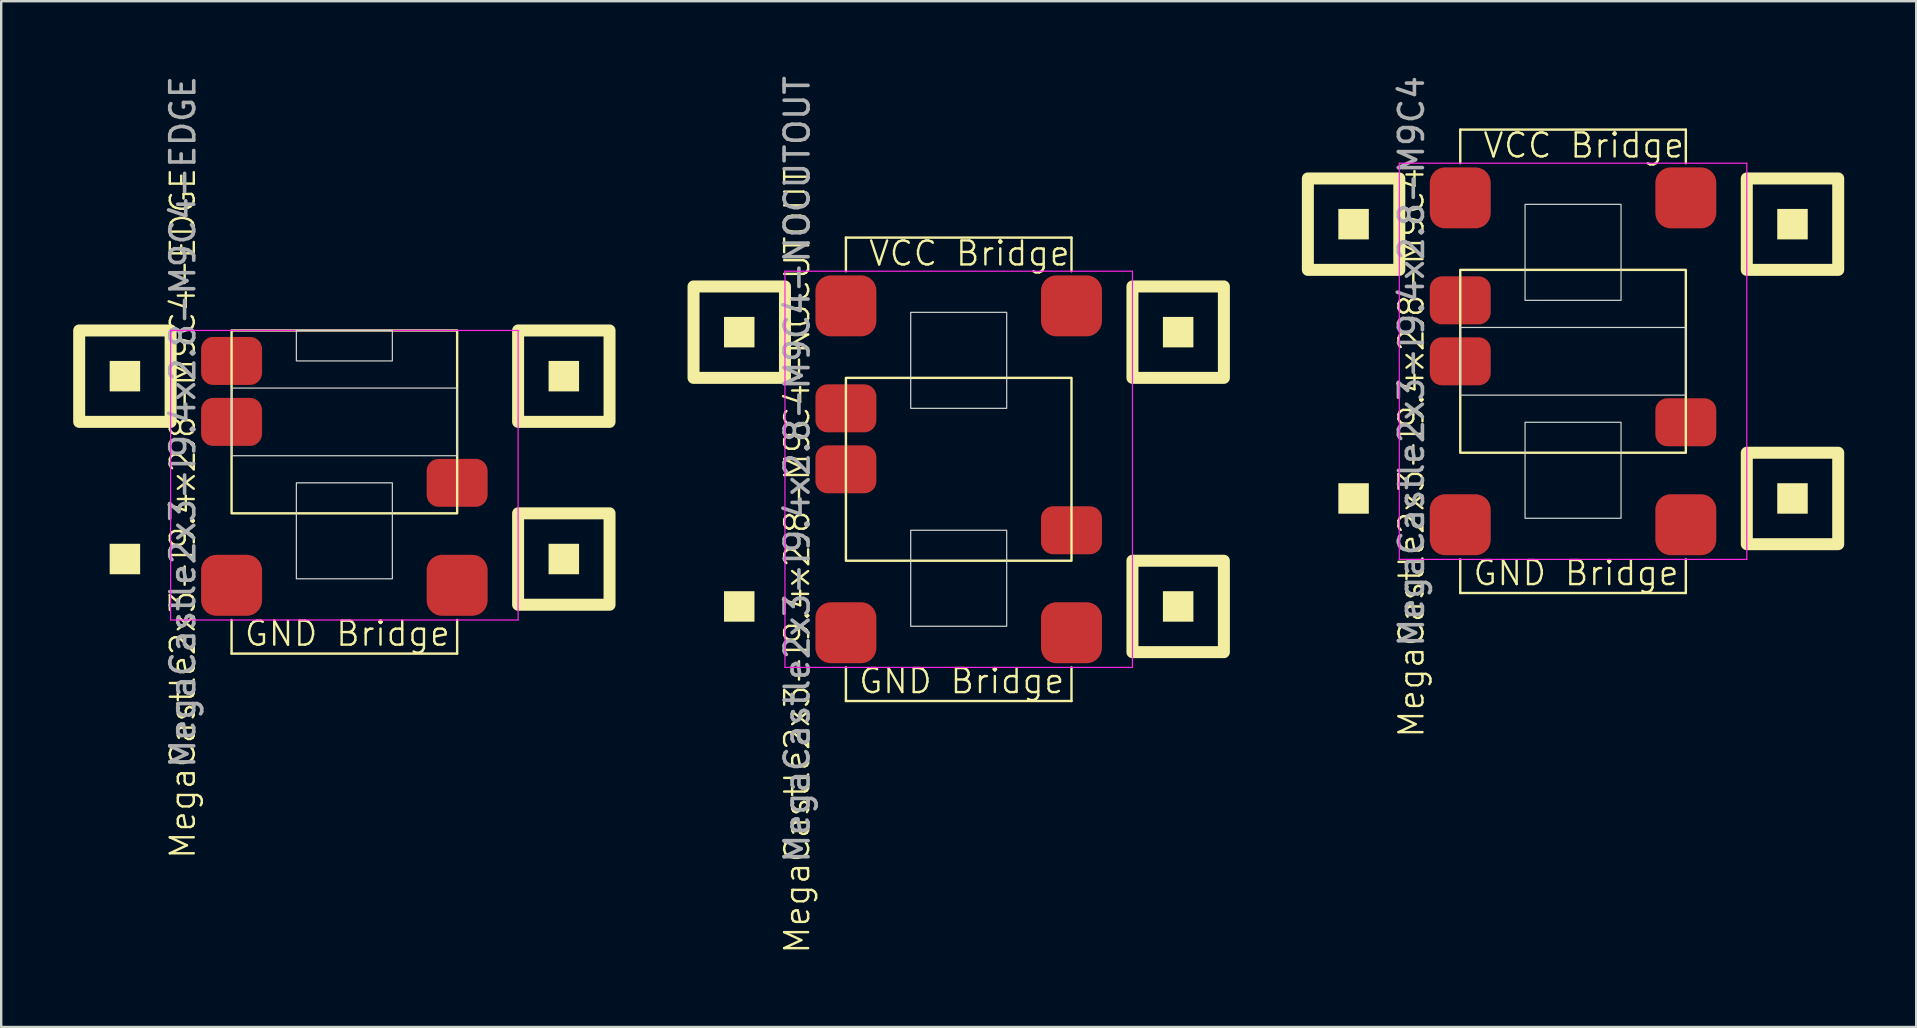
<source format=kicad_pcb>
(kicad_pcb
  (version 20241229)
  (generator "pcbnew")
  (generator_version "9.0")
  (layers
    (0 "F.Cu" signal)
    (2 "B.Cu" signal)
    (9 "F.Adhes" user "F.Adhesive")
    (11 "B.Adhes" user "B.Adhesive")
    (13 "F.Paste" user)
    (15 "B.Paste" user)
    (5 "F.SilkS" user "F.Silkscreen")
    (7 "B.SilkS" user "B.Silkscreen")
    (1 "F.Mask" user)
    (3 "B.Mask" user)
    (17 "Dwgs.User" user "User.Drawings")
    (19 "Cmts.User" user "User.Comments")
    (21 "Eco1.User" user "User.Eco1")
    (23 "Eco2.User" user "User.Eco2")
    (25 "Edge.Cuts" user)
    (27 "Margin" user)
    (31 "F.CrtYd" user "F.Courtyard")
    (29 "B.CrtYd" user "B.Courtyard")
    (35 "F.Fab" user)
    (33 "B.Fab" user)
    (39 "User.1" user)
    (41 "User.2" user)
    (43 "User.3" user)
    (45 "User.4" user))
  (footprint "MegaCastle2x3-I9.4x2.8-M9C4"
    (layer "F.Cu")
    (at 62.5 12.006)
    (property "Reference" "MegaCastle2x3-I9.4x2.8-M9C4" (at -6.732 3.81 90) (unlocked yes) (layer "F.SilkS") (effects (font (size 1 1) (thickness 0.1))))
    (attr smd)
    (fp_line (start -4.7 -9.655) (end 4.7 -9.655) (stroke (width 0.1) (type default)) (layer "F.SilkS"))
    (fp_line (start -4.7 -8.255) (end -4.7 -9.655) (stroke (width 0.1) (type default)) (layer "F.SilkS"))
    (fp_line (start -4.7 8.255) (end -4.7 9.655) (stroke (width 0.1) (type default)) (layer "F.SilkS"))
    (fp_line (start -4.7 9.655) (end 4.7 9.655) (stroke (width 0.1) (type default)) (layer "F.SilkS"))
    (fp_line (start 4.7 -8.255) (end 4.7 -9.655) (stroke (width 0.1) (type default)) (layer "F.SilkS"))
    (fp_line (start 4.7 8.255) (end 4.7 9.655) (stroke (width 0.1) (type default)) (layer "F.SilkS"))
    (fp_rect (start -8.51 -5.08) (end -9.78 -6.35) (stroke (width 0) (type solid)) (fill yes) (layer "F.SilkS"))
    (fp_rect (start -8.51 6.35) (end -9.78 5.08) (stroke (width 0) (type solid)) (fill yes) (layer "F.SilkS"))
    (fp_rect (start -7.24 -3.81) (end -11.05 -7.62) (stroke (width 0.5) (type default)) (fill no) (layer "F.SilkS"))
    (fp_rect (start -4.7 -3.81) (end 4.7 3.81) (stroke (width 0.1) (type default)) (fill no) (layer "F.SilkS"))
    (fp_rect (start 9.78 -5.08) (end 8.51 -6.35) (stroke (width 0) (type solid)) (fill yes) (layer "F.SilkS"))
    (fp_rect (start 9.78 6.35) (end 8.51 5.08) (stroke (width 0) (type solid)) (fill yes) (layer "F.SilkS"))
    (fp_rect (start 11.05 -3.81) (end 7.24 -7.62) (stroke (width 0.5) (type default)) (fill no) (layer "F.SilkS"))
    (fp_rect (start 11.05 7.62) (end 7.24 3.81) (stroke (width 0.5) (type default)) (fill no) (layer "F.SilkS"))
    (fp_rect (start -4.7 -1.41) (end 4.7 1.41) (stroke (width 0.05) (type default)) (fill no) (layer "Edge.Cuts"))
    (fp_rect (start -2 -2.54) (end 2 -6.54) (stroke (width 0.05) (type default)) (fill no) (layer "Edge.Cuts"))
    (fp_rect (start -2 2.54) (end 2 6.54) (stroke (width 0.05) (type default)) (fill no) (layer "Edge.Cuts"))
    (fp_line (start -7.24 -8.255) (end -7.24 8.255) (stroke (width 0.05) (type default)) (layer "F.CrtYd"))
    (fp_line (start -7.24 8.255) (end 7.24 8.255) (stroke (width 0.05) (type default)) (layer "F.CrtYd"))
    (fp_line (start 7.24 -8.255) (end -7.24 -8.255) (stroke (width 0.05) (type default)) (layer "F.CrtYd"))
    (fp_line (start 7.24 -8.255) (end 7.24 8.255) (stroke (width 0.05) (type default)) (layer "F.CrtYd"))
    (fp_text user "VCC Bridge" (at -3.81 -8.41 0) (unlocked yes) (layer "F.SilkS") (effects (font (size 1 1) (thickness 0.1)) (justify left bottom)))
    (fp_text user "GND Bridge" (at -4.226 9.41 0) (unlocked yes) (layer "F.SilkS") (effects (font (size 1 1) (thickness 0.1)) (justify left bottom)))
    (fp_text user "${REFERENCE}" (at -6.732 0 90) (unlocked yes) (layer "F.Fab") (effects (font (size 1 1) (thickness 0.15))))
    (pad "1" smd roundrect (at -4.7 -2.54) (size 2.54 2) (layers "F.Cu" "F.Mask" "F.Paste") (roundrect_rratio 0.25))
    (pad "2" smd roundrect (at -4.7 0) (size 2.54 2) (layers "F.Cu" "F.Mask" "F.Paste") (roundrect_rratio 0.25))
    (pad "6" smd roundrect (at 4.7 2.54) (size 2.54 2) (layers "F.Cu" "F.Mask" "F.Paste") (roundrect_rratio 0.25))
    (pad "A1" smd roundrect (at -4.7 -6.81) (size 2.54 2.54) (layers "F.Cu" "F.Mask" "F.Paste") (roundrect_rratio 0.25))
    (pad "A2" smd roundrect (at 4.7 -6.81) (size 2.54 2.54) (layers "F.Cu" "F.Mask" "F.Paste") (roundrect_rratio 0.25))
    (pad "B1" smd roundrect (at -4.7 6.81) (size 2.54 2.54) (layers "F.Cu" "F.Mask" "F.Paste") (roundrect_rratio 0.25))
    (pad "B2" smd roundrect (at 4.7 6.81) (size 2.54 2.54) (layers "F.Cu" "F.Mask" "F.Paste") (roundrect_rratio 0.25)))
  (footprint "MegaCastle2x3-I9.4x2.8-M9C4-EDGE"
    (layer "F.Cu")
    (at 11.3 14.53)
    (property "Reference" "MegaCastle2x3-I9.4x2.8-M9C4-EDGE" (at -6.732 3.81 90) (unlocked yes) (layer "F.SilkS") (effects (font (size 1 1) (thickness 0.1))))
    (attr smd)
    (fp_line (start -4.7 8.255) (end -4.7 9.655) (stroke (width 0.1) (type default)) (layer "F.SilkS"))
    (fp_line (start -4.7 9.655) (end 4.7 9.655) (stroke (width 0.1) (type default)) (layer "F.SilkS"))
    (fp_line (start 4.7 8.255) (end 4.7 9.655) (stroke (width 0.1) (type default)) (layer "F.SilkS"))
    (fp_rect (start -8.51 -1.27) (end -9.78 -2.54) (stroke (width 0) (type solid)) (fill yes) (layer "F.SilkS"))
    (fp_rect (start -8.51 6.35) (end -9.78 5.08) (stroke (width 0) (type solid)) (fill yes) (layer "F.SilkS"))
    (fp_rect (start -7.24 0) (end -11.05 -3.81) (stroke (width 0.5) (type default)) (fill no) (layer "F.SilkS"))
    (fp_rect (start -4.7 -3.81) (end 4.7 3.81) (stroke (width 0.1) (type default)) (fill no) (layer "F.SilkS"))
    (fp_rect (start 9.78 -1.27) (end 8.51 -2.54) (stroke (width 0) (type solid)) (fill yes) (layer "F.SilkS"))
    (fp_rect (start 9.78 6.35) (end 8.51 5.08) (stroke (width 0) (type solid)) (fill yes) (layer "F.SilkS"))
    (fp_rect (start 11.05 0) (end 7.24 -3.81) (stroke (width 0.5) (type default)) (fill no) (layer "F.SilkS"))
    (fp_rect (start 11.05 7.62) (end 7.24 3.81) (stroke (width 0.5) (type default)) (fill no) (layer "F.SilkS"))
    (fp_rect (start -4.7 -1.41) (end 4.7 1.41) (stroke (width 0.05) (type default)) (fill no) (layer "Edge.Cuts"))
    (fp_rect (start -2 -2.54) (end 2 -3.81) (stroke (width 0.05) (type default)) (fill no) (layer "Edge.Cuts"))
    (fp_rect (start -2 2.54) (end 2 6.54) (stroke (width 0.05) (type default)) (fill no) (layer "Edge.Cuts"))
    (fp_line (start -7.24 -3.81) (end -7.24 8.255) (stroke (width 0.05) (type default)) (layer "F.CrtYd"))
    (fp_line (start -7.24 8.255) (end 7.24 8.255) (stroke (width 0.05) (type default)) (layer "F.CrtYd"))
    (fp_line (start 7.24 -3.81) (end -7.24 -3.81) (stroke (width 0.05) (type default)) (layer "F.CrtYd"))
    (fp_line (start 7.24 -3.81) (end 7.24 8.255) (stroke (width 0.05) (type default)) (layer "F.CrtYd"))
    (fp_text user "GND Bridge" (at -4.226 9.41 0) (unlocked yes) (layer "F.SilkS") (effects (font (size 1 1) (thickness 0.1)) (justify left bottom)))
    (fp_text user "${REFERENCE}" (at -6.732 0 90) (unlocked yes) (layer "F.Fab") (effects (font (size 1 1) (thickness 0.15))))
    (pad "1" smd roundrect (at -4.7 -2.54) (size 2.54 2) (layers "F.Cu" "F.Mask" "F.Paste") (roundrect_rratio 0.25))
    (pad "2" smd roundrect (at -4.7 0) (size 2.54 2) (layers "F.Cu" "F.Mask" "F.Paste") (roundrect_rratio 0.25))
    (pad "6" smd roundrect (at 4.7 2.54) (size 2.54 2) (layers "F.Cu" "F.Mask" "F.Paste") (roundrect_rratio 0.25))
    (pad "B1" smd roundrect (at -4.7 6.81) (size 2.54 2.54) (layers "F.Cu" "F.Mask" "F.Paste") (roundrect_rratio 0.25))
    (pad "B2" smd roundrect (at 4.7 6.81) (size 2.54 2.54) (layers "F.Cu" "F.Mask" "F.Paste") (roundrect_rratio 0.25)))
  (footprint "MegaCastle2x3-I9.4x2.8-M9C4-NOCUTOUT"
    (layer "F.Cu")
    (at 36.9 16.506)
    (property "Reference" "MegaCastle2x3-I9.4x2.8-M9C4-NOCUTOUT" (at -6.732 3.81 90) (unlocked yes) (layer "F.SilkS") (effects (font (size 1 1) (thickness 0.1))))
    (attr smd)
    (fp_line (start -4.7 -9.655) (end 4.7 -9.655) (stroke (width 0.1) (type default)) (layer "F.SilkS"))
    (fp_line (start -4.7 -8.255) (end -4.7 -9.655) (stroke (width 0.1) (type default)) (layer "F.SilkS"))
    (fp_line (start -4.7 8.255) (end -4.7 9.655) (stroke (width 0.1) (type default)) (layer "F.SilkS"))
    (fp_line (start -4.7 9.655) (end 4.7 9.655) (stroke (width 0.1) (type default)) (layer "F.SilkS"))
    (fp_line (start 4.7 -8.255) (end 4.7 -9.655) (stroke (width 0.1) (type default)) (layer "F.SilkS"))
    (fp_line (start 4.7 8.255) (end 4.7 9.655) (stroke (width 0.1) (type default)) (layer "F.SilkS"))
    (fp_rect (start -8.51 -5.08) (end -9.78 -6.35) (stroke (width 0) (type solid)) (fill yes) (layer "F.SilkS"))
    (fp_rect (start -8.51 6.35) (end -9.78 5.08) (stroke (width 0) (type solid)) (fill yes) (layer "F.SilkS"))
    (fp_rect (start -7.24 -3.81) (end -11.05 -7.62) (stroke (width 0.5) (type default)) (fill no) (layer "F.SilkS"))
    (fp_rect (start -4.7 -3.81) (end 4.7 3.81) (stroke (width 0.1) (type default)) (fill no) (layer "F.SilkS"))
    (fp_rect (start 9.78 -5.08) (end 8.51 -6.35) (stroke (width 0) (type solid)) (fill yes) (layer "F.SilkS"))
    (fp_rect (start 9.78 6.35) (end 8.51 5.08) (stroke (width 0) (type solid)) (fill yes) (layer "F.SilkS"))
    (fp_rect (start 11.05 -3.81) (end 7.24 -7.62) (stroke (width 0.5) (type default)) (fill no) (layer "F.SilkS"))
    (fp_rect (start 11.05 7.62) (end 7.24 3.81) (stroke (width 0.5) (type default)) (fill no) (layer "F.SilkS"))
    (fp_rect (start -2 -2.54) (end 2 -6.54) (stroke (width 0.05) (type default)) (fill no) (layer "Edge.Cuts"))
    (fp_rect (start -2 2.54) (end 2 6.54) (stroke (width 0.05) (type default)) (fill no) (layer "Edge.Cuts"))
    (fp_line (start -7.24 -8.255) (end -7.24 8.255) (stroke (width 0.05) (type default)) (layer "F.CrtYd"))
    (fp_line (start -7.24 8.255) (end 7.24 8.255) (stroke (width 0.05) (type default)) (layer "F.CrtYd"))
    (fp_line (start 7.24 -8.255) (end -7.24 -8.255) (stroke (width 0.05) (type default)) (layer "F.CrtYd"))
    (fp_line (start 7.24 -8.255) (end 7.24 8.255) (stroke (width 0.05) (type default)) (layer "F.CrtYd"))
    (fp_text user "GND Bridge" (at -4.226 9.41 0) (unlocked yes) (layer "F.SilkS") (effects (font (size 1 1) (thickness 0.1)) (justify left bottom)))
    (fp_text user "VCC Bridge" (at -3.81 -8.41 0) (unlocked yes) (layer "F.SilkS") (effects (font (size 1 1) (thickness 0.1)) (justify left bottom)))
    (fp_text user "${REFERENCE}" (at -6.732 0 90) (unlocked yes) (layer "F.Fab") (effects (font (size 1 1) (thickness 0.15))))
    (pad "1" smd roundrect (at -4.7 -2.54) (size 2.54 2) (layers "F.Cu" "F.Mask" "F.Paste") (roundrect_rratio 0.25))
    (pad "2" smd roundrect (at -4.7 0) (size 2.54 2) (layers "F.Cu" "F.Mask" "F.Paste") (roundrect_rratio 0.25))
    (pad "6" smd roundrect (at 4.7 2.54) (size 2.54 2) (layers "F.Cu" "F.Mask" "F.Paste") (roundrect_rratio 0.25))
    (pad "A1" smd roundrect (at -4.7 -6.81) (size 2.54 2.54) (layers "F.Cu" "F.Mask" "F.Paste") (roundrect_rratio 0.25))
    (pad "A2" smd roundrect (at 4.7 -6.81) (size 2.54 2.54) (layers "F.Cu" "F.Mask" "F.Paste") (roundrect_rratio 0.25))
    (pad "B1" smd roundrect (at -4.7 6.81) (size 2.54 2.54) (layers "F.Cu" "F.Mask" "F.Paste") (roundrect_rratio 0.25))
    (pad "B2" smd roundrect (at 4.7 6.81) (size 2.54 2.54) (layers "F.Cu" "F.Mask" "F.Paste") (roundrect_rratio 0.25)))
  (gr_rect
    (start -3 -3)
    (end 76.8 39.747)
    (stroke (width 0.1) (type default))
    (fill no)
    (layer "Edge.Cuts")))
</source>
